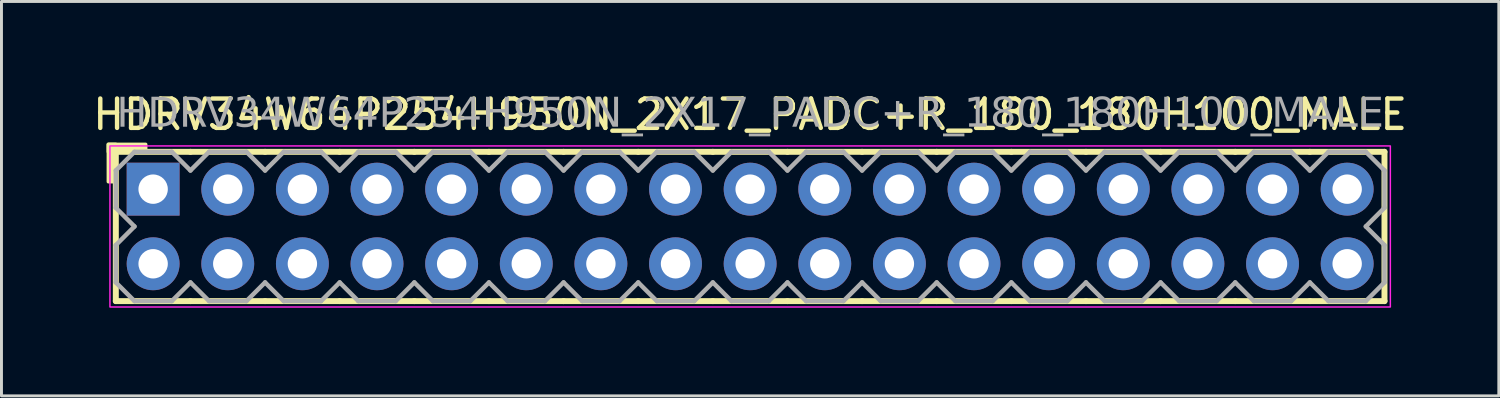
<source format=kicad_pcb>
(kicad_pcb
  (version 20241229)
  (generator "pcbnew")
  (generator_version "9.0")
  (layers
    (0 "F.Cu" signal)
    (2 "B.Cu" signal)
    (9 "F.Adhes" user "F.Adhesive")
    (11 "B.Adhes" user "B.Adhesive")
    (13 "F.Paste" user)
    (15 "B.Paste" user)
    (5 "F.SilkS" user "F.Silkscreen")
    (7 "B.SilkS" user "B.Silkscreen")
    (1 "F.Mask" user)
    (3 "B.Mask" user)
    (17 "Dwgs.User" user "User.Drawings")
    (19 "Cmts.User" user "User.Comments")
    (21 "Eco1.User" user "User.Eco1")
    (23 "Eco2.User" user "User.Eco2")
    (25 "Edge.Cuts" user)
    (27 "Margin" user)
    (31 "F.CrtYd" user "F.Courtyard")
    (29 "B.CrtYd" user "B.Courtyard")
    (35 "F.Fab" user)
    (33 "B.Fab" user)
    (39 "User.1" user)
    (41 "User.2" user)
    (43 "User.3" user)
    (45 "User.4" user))
  (footprint "HDRV34W64P254H950N_2X17_PADC+R_180_180H100_MALE"
    (layer "F.Cu")
    (at 22.482 4.658)
    (property "Reference" "HDRV34W64P254H950N_2X17_PADC+R_180_180H100_MALE" (at 0 -3.81 0) (layer "F.SilkS") (effects (font (size 1 1) (thickness 0.15))))
    (attr through_hole)
    (fp_line (start -21.59 2.54) (end -21.59 -2.54) (stroke (width 0.203) (type solid)) (layer "F.SilkS"))
    (fp_line (start -19.05 -2.54) (end -21.59 -2.54) (stroke (width 0.203) (type solid)) (layer "F.SilkS"))
    (fp_line (start -19.05 2.54) (end -21.59 2.54) (stroke (width 0.203) (type solid)) (layer "F.SilkS"))
    (fp_line (start -16.51 -2.54) (end -19.05 -2.54) (stroke (width 0.203) (type solid)) (layer "F.SilkS"))
    (fp_line (start -16.51 2.54) (end -19.05 2.54) (stroke (width 0.203) (type solid)) (layer "F.SilkS"))
    (fp_line (start -13.97 -2.54) (end -16.51 -2.54) (stroke (width 0.203) (type solid)) (layer "F.SilkS"))
    (fp_line (start -13.97 2.54) (end -16.51 2.54) (stroke (width 0.203) (type solid)) (layer "F.SilkS"))
    (fp_line (start -11.43 -2.54) (end -13.97 -2.54) (stroke (width 0.203) (type solid)) (layer "F.SilkS"))
    (fp_line (start -11.43 2.54) (end -13.97 2.54) (stroke (width 0.203) (type solid)) (layer "F.SilkS"))
    (fp_line (start -8.89 -2.54) (end -11.43 -2.54) (stroke (width 0.203) (type solid)) (layer "F.SilkS"))
    (fp_line (start -8.89 2.54) (end -11.43 2.54) (stroke (width 0.203) (type solid)) (layer "F.SilkS"))
    (fp_line (start -6.35 -2.54) (end -8.89 -2.54) (stroke (width 0.203) (type solid)) (layer "F.SilkS"))
    (fp_line (start -6.35 2.54) (end -8.89 2.54) (stroke (width 0.203) (type solid)) (layer "F.SilkS"))
    (fp_line (start -3.81 -2.54) (end -6.35 -2.54) (stroke (width 0.203) (type solid)) (layer "F.SilkS"))
    (fp_line (start -3.81 2.54) (end -6.35 2.54) (stroke (width 0.203) (type solid)) (layer "F.SilkS"))
    (fp_line (start -1.27 -2.54) (end -3.81 -2.54) (stroke (width 0.203) (type solid)) (layer "F.SilkS"))
    (fp_line (start -1.27 2.54) (end -3.81 2.54) (stroke (width 0.203) (type solid)) (layer "F.SilkS"))
    (fp_line (start 1.27 -2.54) (end -1.27 -2.54) (stroke (width 0.203) (type solid)) (layer "F.SilkS"))
    (fp_line (start 1.27 2.54) (end -1.27 2.54) (stroke (width 0.203) (type solid)) (layer "F.SilkS"))
    (fp_line (start 3.81 -2.54) (end 1.27 -2.54) (stroke (width 0.203) (type solid)) (layer "F.SilkS"))
    (fp_line (start 3.81 2.54) (end 1.27 2.54) (stroke (width 0.203) (type solid)) (layer "F.SilkS"))
    (fp_line (start 6.35 -2.54) (end 3.81 -2.54) (stroke (width 0.203) (type solid)) (layer "F.SilkS"))
    (fp_line (start 6.35 2.54) (end 3.81 2.54) (stroke (width 0.203) (type solid)) (layer "F.SilkS"))
    (fp_line (start 8.89 -2.54) (end 6.35 -2.54) (stroke (width 0.203) (type solid)) (layer "F.SilkS"))
    (fp_line (start 8.89 2.54) (end 6.35 2.54) (stroke (width 0.203) (type solid)) (layer "F.SilkS"))
    (fp_line (start 11.43 -2.54) (end 8.89 -2.54) (stroke (width 0.203) (type solid)) (layer "F.SilkS"))
    (fp_line (start 11.43 2.54) (end 8.89 2.54) (stroke (width 0.203) (type solid)) (layer "F.SilkS"))
    (fp_line (start 13.97 -2.54) (end 11.43 -2.54) (stroke (width 0.203) (type solid)) (layer "F.SilkS"))
    (fp_line (start 13.97 2.54) (end 11.43 2.54) (stroke (width 0.203) (type solid)) (layer "F.SilkS"))
    (fp_line (start 16.51 -2.54) (end 13.97 -2.54) (stroke (width 0.203) (type solid)) (layer "F.SilkS"))
    (fp_line (start 16.51 2.54) (end 13.97 2.54) (stroke (width 0.203) (type solid)) (layer "F.SilkS"))
    (fp_line (start 19.05 -2.54) (end 16.51 -2.54) (stroke (width 0.203) (type solid)) (layer "F.SilkS"))
    (fp_line (start 19.05 2.54) (end 16.51 2.54) (stroke (width 0.203) (type solid)) (layer "F.SilkS"))
    (fp_line (start 21.59 -2.54) (end 19.05 -2.54) (stroke (width 0.203) (type solid)) (layer "F.SilkS"))
    (fp_line (start 21.59 2.54) (end 19.05 2.54) (stroke (width 0.203) (type solid)) (layer "F.SilkS"))
    (fp_line (start 21.59 2.54) (end 21.59 -2.54) (stroke (width 0.203) (type solid)) (layer "F.SilkS"))
    (fp_rect (start -21.844 -1.524) (end -21.59 -2.794) (stroke (width 0.12) (type solid)) (fill yes) (layer "F.SilkS"))
    (fp_rect (start -20.574 -2.54) (end -21.844 -2.794) (stroke (width 0.12) (type solid)) (fill yes) (layer "F.SilkS"))
    (fp_rect (start -21.79 -2.74) (end 21.79 2.74) (stroke (width 0.05) (type default)) (fill no) (layer "F.CrtYd"))
    (fp_line (start -21.59 -1.905) (end -21.59 -0.635) (stroke (width 0.152) (type solid)) (layer "F.Fab"))
    (fp_line (start -21.59 -1.905) (end -20.955 -2.54) (stroke (width 0.152) (type solid)) (layer "F.Fab"))
    (fp_line (start -21.59 0.635) (end -21.59 1.905) (stroke (width 0.152) (type solid)) (layer "F.Fab"))
    (fp_line (start -20.955 -2.54) (end -19.685 -2.54) (stroke (width 0.152) (type solid)) (layer "F.Fab"))
    (fp_line (start -20.955 0) (end -21.59 -0.635) (stroke (width 0.152) (type solid)) (layer "F.Fab"))
    (fp_line (start -20.955 0) (end -21.59 0.635) (stroke (width 0.152) (type solid)) (layer "F.Fab"))
    (fp_line (start -20.955 2.54) (end -21.59 1.905) (stroke (width 0.152) (type solid)) (layer "F.Fab"))
    (fp_line (start -19.685 -2.54) (end -19.05 -1.905) (stroke (width 0.152) (type solid)) (layer "F.Fab"))
    (fp_line (start -19.685 2.54) (end -20.955 2.54) (stroke (width 0.152) (type solid)) (layer "F.Fab"))
    (fp_line (start -19.05 -1.905) (end -18.415 -2.54) (stroke (width 0.152) (type solid)) (layer "F.Fab"))
    (fp_line (start -19.05 1.905) (end -19.685 2.54) (stroke (width 0.152) (type solid)) (layer "F.Fab"))
    (fp_line (start -18.415 -2.54) (end -17.145 -2.54) (stroke (width 0.152) (type solid)) (layer "F.Fab"))
    (fp_line (start -18.415 2.54) (end -19.05 1.905) (stroke (width 0.152) (type solid)) (layer "F.Fab"))
    (fp_line (start -17.145 -2.54) (end -16.51 -1.905) (stroke (width 0.152) (type solid)) (layer "F.Fab"))
    (fp_line (start -17.145 2.54) (end -18.415 2.54) (stroke (width 0.152) (type solid)) (layer "F.Fab"))
    (fp_line (start -16.51 -1.905) (end -15.875 -2.54) (stroke (width 0.152) (type solid)) (layer "F.Fab"))
    (fp_line (start -16.51 1.905) (end -17.145 2.54) (stroke (width 0.152) (type solid)) (layer "F.Fab"))
    (fp_line (start -15.875 -2.54) (end -14.605 -2.54) (stroke (width 0.152) (type solid)) (layer "F.Fab"))
    (fp_line (start -15.875 2.54) (end -16.51 1.905) (stroke (width 0.152) (type solid)) (layer "F.Fab"))
    (fp_line (start -14.605 -2.54) (end -13.97 -1.905) (stroke (width 0.152) (type solid)) (layer "F.Fab"))
    (fp_line (start -14.605 2.54) (end -15.875 2.54) (stroke (width 0.152) (type solid)) (layer "F.Fab"))
    (fp_line (start -13.97 -1.905) (end -13.335 -2.54) (stroke (width 0.152) (type solid)) (layer "F.Fab"))
    (fp_line (start -13.97 1.905) (end -14.605 2.54) (stroke (width 0.152) (type solid)) (layer "F.Fab"))
    (fp_line (start -13.335 -2.54) (end -12.065 -2.54) (stroke (width 0.152) (type solid)) (layer "F.Fab"))
    (fp_line (start -13.335 2.54) (end -13.97 1.905) (stroke (width 0.152) (type solid)) (layer "F.Fab"))
    (fp_line (start -12.065 -2.54) (end -11.43 -1.905) (stroke (width 0.152) (type solid)) (layer "F.Fab"))
    (fp_line (start -12.065 2.54) (end -13.335 2.54) (stroke (width 0.152) (type solid)) (layer "F.Fab"))
    (fp_line (start -11.43 -1.905) (end -10.795 -2.54) (stroke (width 0.152) (type solid)) (layer "F.Fab"))
    (fp_line (start -11.43 1.905) (end -12.065 2.54) (stroke (width 0.152) (type solid)) (layer "F.Fab"))
    (fp_line (start -10.795 -2.54) (end -9.525 -2.54) (stroke (width 0.152) (type solid)) (layer "F.Fab"))
    (fp_line (start -10.795 2.54) (end -11.43 1.905) (stroke (width 0.152) (type solid)) (layer "F.Fab"))
    (fp_line (start -9.525 -2.54) (end -8.89 -1.905) (stroke (width 0.152) (type solid)) (layer "F.Fab"))
    (fp_line (start -9.525 2.54) (end -10.795 2.54) (stroke (width 0.152) (type solid)) (layer "F.Fab"))
    (fp_line (start -8.89 -1.905) (end -8.255 -2.54) (stroke (width 0.152) (type solid)) (layer "F.Fab"))
    (fp_line (start -8.89 1.905) (end -9.525 2.54) (stroke (width 0.152) (type solid)) (layer "F.Fab"))
    (fp_line (start -8.255 -2.54) (end -6.985 -2.54) (stroke (width 0.152) (type solid)) (layer "F.Fab"))
    (fp_line (start -8.255 2.54) (end -8.89 1.905) (stroke (width 0.152) (type solid)) (layer "F.Fab"))
    (fp_line (start -6.985 -2.54) (end -6.35 -1.905) (stroke (width 0.152) (type solid)) (layer "F.Fab"))
    (fp_line (start -6.985 2.54) (end -8.255 2.54) (stroke (width 0.152) (type solid)) (layer "F.Fab"))
    (fp_line (start -6.35 -1.905) (end -5.715 -2.54) (stroke (width 0.152) (type solid)) (layer "F.Fab"))
    (fp_line (start -6.35 1.905) (end -6.985 2.54) (stroke (width 0.152) (type solid)) (layer "F.Fab"))
    (fp_line (start -5.715 -2.54) (end -4.445 -2.54) (stroke (width 0.152) (type solid)) (layer "F.Fab"))
    (fp_line (start -5.715 2.54) (end -6.35 1.905) (stroke (width 0.152) (type solid)) (layer "F.Fab"))
    (fp_line (start -4.445 -2.54) (end -3.81 -1.905) (stroke (width 0.152) (type solid)) (layer "F.Fab"))
    (fp_line (start -4.445 2.54) (end -5.715 2.54) (stroke (width 0.152) (type solid)) (layer "F.Fab"))
    (fp_line (start -3.81 -1.905) (end -3.175 -2.54) (stroke (width 0.152) (type solid)) (layer "F.Fab"))
    (fp_line (start -3.81 1.905) (end -4.445 2.54) (stroke (width 0.152) (type solid)) (layer "F.Fab"))
    (fp_line (start -3.175 -2.54) (end -1.905 -2.54) (stroke (width 0.152) (type solid)) (layer "F.Fab"))
    (fp_line (start -3.175 2.54) (end -3.81 1.905) (stroke (width 0.152) (type solid)) (layer "F.Fab"))
    (fp_line (start -1.905 -2.54) (end -1.27 -1.905) (stroke (width 0.152) (type solid)) (layer "F.Fab"))
    (fp_line (start -1.905 2.54) (end -3.175 2.54) (stroke (width 0.152) (type solid)) (layer "F.Fab"))
    (fp_line (start -1.27 -1.905) (end -0.635 -2.54) (stroke (width 0.152) (type solid)) (layer "F.Fab"))
    (fp_line (start -1.27 1.905) (end -1.905 2.54) (stroke (width 0.152) (type solid)) (layer "F.Fab"))
    (fp_line (start -0.635 -2.54) (end 0.635 -2.54) (stroke (width 0.152) (type solid)) (layer "F.Fab"))
    (fp_line (start -0.635 2.54) (end -1.27 1.905) (stroke (width 0.152) (type solid)) (layer "F.Fab"))
    (fp_line (start 0.635 -2.54) (end 1.27 -1.905) (stroke (width 0.152) (type solid)) (layer "F.Fab"))
    (fp_line (start 0.635 2.54) (end -0.635 2.54) (stroke (width 0.152) (type solid)) (layer "F.Fab"))
    (fp_line (start 1.27 -1.905) (end 1.905 -2.54) (stroke (width 0.152) (type solid)) (layer "F.Fab"))
    (fp_line (start 1.27 1.905) (end 0.635 2.54) (stroke (width 0.152) (type solid)) (layer "F.Fab"))
    (fp_line (start 1.905 -2.54) (end 3.175 -2.54) (stroke (width 0.152) (type solid)) (layer "F.Fab"))
    (fp_line (start 1.905 2.54) (end 1.27 1.905) (stroke (width 0.152) (type solid)) (layer "F.Fab"))
    (fp_line (start 3.175 -2.54) (end 3.81 -1.905) (stroke (width 0.152) (type solid)) (layer "F.Fab"))
    (fp_line (start 3.175 2.54) (end 1.905 2.54) (stroke (width 0.152) (type solid)) (layer "F.Fab"))
    (fp_line (start 3.81 -1.905) (end 4.445 -2.54) (stroke (width 0.152) (type solid)) (layer "F.Fab"))
    (fp_line (start 3.81 1.905) (end 3.175 2.54) (stroke (width 0.152) (type solid)) (layer "F.Fab"))
    (fp_line (start 4.445 -2.54) (end 5.715 -2.54) (stroke (width 0.152) (type solid)) (layer "F.Fab"))
    (fp_line (start 4.445 2.54) (end 3.81 1.905) (stroke (width 0.152) (type solid)) (layer "F.Fab"))
    (fp_line (start 5.715 -2.54) (end 6.35 -1.905) (stroke (width 0.152) (type solid)) (layer "F.Fab"))
    (fp_line (start 5.715 2.54) (end 4.445 2.54) (stroke (width 0.152) (type solid)) (layer "F.Fab"))
    (fp_line (start 6.35 -1.905) (end 6.985 -2.54) (stroke (width 0.152) (type solid)) (layer "F.Fab"))
    (fp_line (start 6.35 1.905) (end 5.715 2.54) (stroke (width 0.152) (type solid)) (layer "F.Fab"))
    (fp_line (start 6.985 -2.54) (end 8.255 -2.54) (stroke (width 0.152) (type solid)) (layer "F.Fab"))
    (fp_line (start 6.985 2.54) (end 6.35 1.905) (stroke (width 0.152) (type solid)) (layer "F.Fab"))
    (fp_line (start 8.255 -2.54) (end 8.89 -1.905) (stroke (width 0.152) (type solid)) (layer "F.Fab"))
    (fp_line (start 8.255 2.54) (end 6.985 2.54) (stroke (width 0.152) (type solid)) (layer "F.Fab"))
    (fp_line (start 8.89 -1.905) (end 9.525 -2.54) (stroke (width 0.152) (type solid)) (layer "F.Fab"))
    (fp_line (start 8.89 1.905) (end 8.255 2.54) (stroke (width 0.152) (type solid)) (layer "F.Fab"))
    (fp_line (start 9.525 -2.54) (end 10.795 -2.54) (stroke (width 0.152) (type solid)) (layer "F.Fab"))
    (fp_line (start 9.525 2.54) (end 8.89 1.905) (stroke (width 0.152) (type solid)) (layer "F.Fab"))
    (fp_line (start 10.795 -2.54) (end 11.43 -1.905) (stroke (width 0.152) (type solid)) (layer "F.Fab"))
    (fp_line (start 10.795 2.54) (end 9.525 2.54) (stroke (width 0.152) (type solid)) (layer "F.Fab"))
    (fp_line (start 11.43 -1.905) (end 12.065 -2.54) (stroke (width 0.152) (type solid)) (layer "F.Fab"))
    (fp_line (start 11.43 1.905) (end 10.795 2.54) (stroke (width 0.152) (type solid)) (layer "F.Fab"))
    (fp_line (start 12.065 -2.54) (end 13.335 -2.54) (stroke (width 0.152) (type solid)) (layer "F.Fab"))
    (fp_line (start 12.065 2.54) (end 11.43 1.905) (stroke (width 0.152) (type solid)) (layer "F.Fab"))
    (fp_line (start 13.335 -2.54) (end 13.97 -1.905) (stroke (width 0.152) (type solid)) (layer "F.Fab"))
    (fp_line (start 13.335 2.54) (end 12.065 2.54) (stroke (width 0.152) (type solid)) (layer "F.Fab"))
    (fp_line (start 13.97 -1.905) (end 14.605 -2.54) (stroke (width 0.152) (type solid)) (layer "F.Fab"))
    (fp_line (start 13.97 1.905) (end 13.335 2.54) (stroke (width 0.152) (type solid)) (layer "F.Fab"))
    (fp_line (start 14.605 -2.54) (end 15.875 -2.54) (stroke (width 0.152) (type solid)) (layer "F.Fab"))
    (fp_line (start 14.605 2.54) (end 13.97 1.905) (stroke (width 0.152) (type solid)) (layer "F.Fab"))
    (fp_line (start 15.875 -2.54) (end 16.51 -1.905) (stroke (width 0.152) (type solid)) (layer "F.Fab"))
    (fp_line (start 15.875 2.54) (end 14.605 2.54) (stroke (width 0.152) (type solid)) (layer "F.Fab"))
    (fp_line (start 16.51 -1.905) (end 17.145 -2.54) (stroke (width 0.152) (type solid)) (layer "F.Fab"))
    (fp_line (start 16.51 1.905) (end 15.875 2.54) (stroke (width 0.152) (type solid)) (layer "F.Fab"))
    (fp_line (start 17.145 -2.54) (end 18.415 -2.54) (stroke (width 0.152) (type solid)) (layer "F.Fab"))
    (fp_line (start 17.145 2.54) (end 16.51 1.905) (stroke (width 0.152) (type solid)) (layer "F.Fab"))
    (fp_line (start 18.415 -2.54) (end 19.05 -1.905) (stroke (width 0.152) (type solid)) (layer "F.Fab"))
    (fp_line (start 18.415 2.54) (end 17.145 2.54) (stroke (width 0.152) (type solid)) (layer "F.Fab"))
    (fp_line (start 19.05 -1.905) (end 19.685 -2.54) (stroke (width 0.152) (type solid)) (layer "F.Fab"))
    (fp_line (start 19.05 1.905) (end 18.415 2.54) (stroke (width 0.152) (type solid)) (layer "F.Fab"))
    (fp_line (start 19.685 -2.54) (end 20.955 -2.54) (stroke (width 0.152) (type solid)) (layer "F.Fab"))
    (fp_line (start 19.685 2.54) (end 19.05 1.905) (stroke (width 0.152) (type solid)) (layer "F.Fab"))
    (fp_line (start 20.955 -2.54) (end 21.59 -1.905) (stroke (width 0.152) (type solid)) (layer "F.Fab"))
    (fp_line (start 20.955 0) (end 21.59 0.635) (stroke (width 0.152) (type solid)) (layer "F.Fab"))
    (fp_line (start 20.955 2.54) (end 19.685 2.54) (stroke (width 0.152) (type solid)) (layer "F.Fab"))
    (fp_line (start 21.59 -1.905) (end 21.59 -0.635) (stroke (width 0.152) (type solid)) (layer "F.Fab"))
    (fp_line (start 21.59 -0.635) (end 20.955 0) (stroke (width 0.152) (type solid)) (layer "F.Fab"))
    (fp_line (start 21.59 0.635) (end 21.59 1.905) (stroke (width 0.152) (type solid)) (layer "F.Fab"))
    (fp_line (start 21.59 1.905) (end 20.955 2.54) (stroke (width 0.152) (type solid)) (layer "F.Fab"))
    (fp_rect (start -20.066 -1.524) (end -20.574 -1.016) (stroke (width 0.152) (type solid)) (fill no) (layer "F.Fab"))
    (fp_rect (start -20.066 1.016) (end -20.574 1.524) (stroke (width 0.152) (type solid)) (fill no) (layer "F.Fab"))
    (fp_rect (start -17.526 -1.524) (end -18.034 -1.016) (stroke (width 0.152) (type solid)) (fill no) (layer "F.Fab"))
    (fp_rect (start -17.526 1.016) (end -18.034 1.524) (stroke (width 0.152) (type solid)) (fill no) (layer "F.Fab"))
    (fp_rect (start -14.986 -1.524) (end -15.494 -1.016) (stroke (width 0.152) (type solid)) (fill no) (layer "F.Fab"))
    (fp_rect (start -14.986 1.016) (end -15.494 1.524) (stroke (width 0.152) (type solid)) (fill no) (layer "F.Fab"))
    (fp_rect (start -12.446 -1.524) (end -12.954 -1.016) (stroke (width 0.152) (type solid)) (fill no) (layer "F.Fab"))
    (fp_rect (start -12.446 1.016) (end -12.954 1.524) (stroke (width 0.152) (type solid)) (fill no) (layer "F.Fab"))
    (fp_rect (start -9.906 -1.524) (end -10.414 -1.016) (stroke (width 0.152) (type solid)) (fill no) (layer "F.Fab"))
    (fp_rect (start -9.906 1.016) (end -10.414 1.524) (stroke (width 0.152) (type solid)) (fill no) (layer "F.Fab"))
    (fp_rect (start -7.366 -1.524) (end -7.874 -1.016) (stroke (width 0.152) (type solid)) (fill no) (layer "F.Fab"))
    (fp_rect (start -7.366 1.016) (end -7.874 1.524) (stroke (width 0.152) (type solid)) (fill no) (layer "F.Fab"))
    (fp_rect (start -4.826 -1.524) (end -5.334 -1.016) (stroke (width 0.152) (type solid)) (fill no) (layer "F.Fab"))
    (fp_rect (start -4.826 1.016) (end -5.334 1.524) (stroke (width 0.152) (type solid)) (fill no) (layer "F.Fab"))
    (fp_rect (start -2.286 -1.524) (end -2.794 -1.016) (stroke (width 0.152) (type solid)) (fill no) (layer "F.Fab"))
    (fp_rect (start -2.286 1.016) (end -2.794 1.524) (stroke (width 0.152) (type solid)) (fill no) (layer "F.Fab"))
    (fp_rect (start 0.254 -1.524) (end -0.254 -1.016) (stroke (width 0.152) (type solid)) (fill no) (layer "F.Fab"))
    (fp_rect (start 0.254 1.016) (end -0.254 1.524) (stroke (width 0.152) (type solid)) (fill no) (layer "F.Fab"))
    (fp_rect (start 2.794 -1.524) (end 2.286 -1.016) (stroke (width 0.152) (type solid)) (fill no) (layer "F.Fab"))
    (fp_rect (start 2.794 1.016) (end 2.286 1.524) (stroke (width 0.152) (type solid)) (fill no) (layer "F.Fab"))
    (fp_rect (start 5.334 -1.524) (end 4.826 -1.016) (stroke (width 0.152) (type solid)) (fill no) (layer "F.Fab"))
    (fp_rect (start 5.334 1.016) (end 4.826 1.524) (stroke (width 0.152) (type solid)) (fill no) (layer "F.Fab"))
    (fp_rect (start 7.874 -1.524) (end 7.366 -1.016) (stroke (width 0.152) (type solid)) (fill no) (layer "F.Fab"))
    (fp_rect (start 7.874 1.016) (end 7.366 1.524) (stroke (width 0.152) (type solid)) (fill no) (layer "F.Fab"))
    (fp_rect (start 10.414 -1.524) (end 9.906 -1.016) (stroke (width 0.152) (type solid)) (fill no) (layer "F.Fab"))
    (fp_rect (start 10.414 1.016) (end 9.906 1.524) (stroke (width 0.152) (type solid)) (fill no) (layer "F.Fab"))
    (fp_rect (start 12.954 -1.524) (end 12.446 -1.016) (stroke (width 0.152) (type solid)) (fill no) (layer "F.Fab"))
    (fp_rect (start 12.954 1.016) (end 12.446 1.524) (stroke (width 0.152) (type solid)) (fill no) (layer "F.Fab"))
    (fp_rect (start 15.494 -1.524) (end 14.986 -1.016) (stroke (width 0.152) (type solid)) (fill no) (layer "F.Fab"))
    (fp_rect (start 15.494 1.016) (end 14.986 1.524) (stroke (width 0.152) (type solid)) (fill no) (layer "F.Fab"))
    (fp_rect (start 18.034 -1.524) (end 17.526 -1.016) (stroke (width 0.152) (type solid)) (fill no) (layer "F.Fab"))
    (fp_rect (start 18.034 1.016) (end 17.526 1.524) (stroke (width 0.152) (type solid)) (fill no) (layer "F.Fab"))
    (fp_rect (start 20.574 -1.524) (end 20.066 -1.016) (stroke (width 0.152) (type solid)) (fill no) (layer "F.Fab"))
    (fp_rect (start 20.574 1.016) (end 20.066 1.524) (stroke (width 0.152) (type solid)) (fill no) (layer "F.Fab"))
    (fp_text user "${REFERENCE}" (at 0 -3.81 0) (layer "F.Fab") (effects (font (face "Tahoma") (size 1 1) (thickness 0.15))))
    (pad "1" thru_hole rect (at -20.32 -1.27) (size 1.8 1.8) (drill 1) (layers "*.Cu" "*.Mask"))
    (pad "2" thru_hole circle (at -20.32 1.27) (size 1.8 1.8) (drill 1) (layers "*.Cu" "*.Mask"))
    (pad "3" thru_hole circle (at -17.78 -1.27) (size 1.8 1.8) (drill 1) (layers "*.Cu" "*.Mask"))
    (pad "4" thru_hole circle (at -17.78 1.27) (size 1.8 1.8) (drill 1) (layers "*.Cu" "*.Mask"))
    (pad "5" thru_hole circle (at -15.24 -1.27) (size 1.8 1.8) (drill 1) (layers "*.Cu" "*.Mask"))
    (pad "6" thru_hole circle (at -15.24 1.27) (size 1.8 1.8) (drill 1) (layers "*.Cu" "*.Mask"))
    (pad "7" thru_hole circle (at -12.7 -1.27) (size 1.8 1.8) (drill 1) (layers "*.Cu" "*.Mask"))
    (pad "8" thru_hole circle (at -12.7 1.27) (size 1.8 1.8) (drill 1) (layers "*.Cu" "*.Mask"))
    (pad "9" thru_hole circle (at -10.16 -1.27) (size 1.8 1.8) (drill 1) (layers "*.Cu" "*.Mask"))
    (pad "10" thru_hole circle (at -10.16 1.27) (size 1.8 1.8) (drill 1) (layers "*.Cu" "*.Mask"))
    (pad "11" thru_hole circle (at -7.62 -1.27) (size 1.8 1.8) (drill 1) (layers "*.Cu" "*.Mask"))
    (pad "12" thru_hole circle (at -7.62 1.27) (size 1.8 1.8) (drill 1) (layers "*.Cu" "*.Mask"))
    (pad "13" thru_hole circle (at -5.08 -1.27) (size 1.8 1.8) (drill 1) (layers "*.Cu" "*.Mask"))
    (pad "14" thru_hole circle (at -5.08 1.27) (size 1.8 1.8) (drill 1) (layers "*.Cu" "*.Mask"))
    (pad "15" thru_hole circle (at -2.54 -1.27) (size 1.8 1.8) (drill 1) (layers "*.Cu" "*.Mask"))
    (pad "16" thru_hole circle (at -2.54 1.27) (size 1.8 1.8) (drill 1) (layers "*.Cu" "*.Mask"))
    (pad "17" thru_hole circle (at 0 -1.27) (size 1.8 1.8) (drill 1) (layers "*.Cu" "*.Mask"))
    (pad "18" thru_hole circle (at 0 1.27) (size 1.8 1.8) (drill 1) (layers "*.Cu" "*.Mask"))
    (pad "19" thru_hole circle (at 2.54 -1.27) (size 1.8 1.8) (drill 1) (layers "*.Cu" "*.Mask"))
    (pad "20" thru_hole circle (at 2.54 1.27) (size 1.8 1.8) (drill 1) (layers "*.Cu" "*.Mask"))
    (pad "21" thru_hole circle (at 5.08 -1.27) (size 1.8 1.8) (drill 1) (layers "*.Cu" "*.Mask"))
    (pad "22" thru_hole circle (at 5.08 1.27) (size 1.8 1.8) (drill 1) (layers "*.Cu" "*.Mask"))
    (pad "23" thru_hole circle (at 7.62 -1.27) (size 1.8 1.8) (drill 1) (layers "*.Cu" "*.Mask"))
    (pad "24" thru_hole circle (at 7.62 1.27) (size 1.8 1.8) (drill 1) (layers "*.Cu" "*.Mask"))
    (pad "25" thru_hole circle (at 10.16 -1.27) (size 1.8 1.8) (drill 1) (layers "*.Cu" "*.Mask"))
    (pad "26" thru_hole circle (at 10.16 1.27) (size 1.8 1.8) (drill 1) (layers "*.Cu" "*.Mask"))
    (pad "27" thru_hole circle (at 12.7 -1.27) (size 1.8 1.8) (drill 1) (layers "*.Cu" "*.Mask"))
    (pad "28" thru_hole circle (at 12.7 1.27) (size 1.8 1.8) (drill 1) (layers "*.Cu" "*.Mask"))
    (pad "29" thru_hole circle (at 15.24 -1.27) (size 1.8 1.8) (drill 1) (layers "*.Cu" "*.Mask"))
    (pad "30" thru_hole circle (at 15.24 1.27) (size 1.8 1.8) (drill 1) (layers "*.Cu" "*.Mask"))
    (pad "31" thru_hole circle (at 17.78 -1.27) (size 1.8 1.8) (drill 1) (layers "*.Cu" "*.Mask"))
    (pad "32" thru_hole circle (at 17.78 1.27) (size 1.8 1.8) (drill 1) (layers "*.Cu" "*.Mask"))
    (pad "33" thru_hole circle (at 20.32 -1.27) (size 1.8 1.8) (drill 1) (layers "*.Cu" "*.Mask"))
    (pad "34" thru_hole circle (at 20.32 1.27) (size 1.8 1.8) (drill 1) (layers "*.Cu" "*.Mask")))
  (gr_rect
    (start -3 -3)
    (end 47.964 10.423)
    (stroke (width 0.1) (type default))
    (fill no)
    (layer "Edge.Cuts")))
</source>
